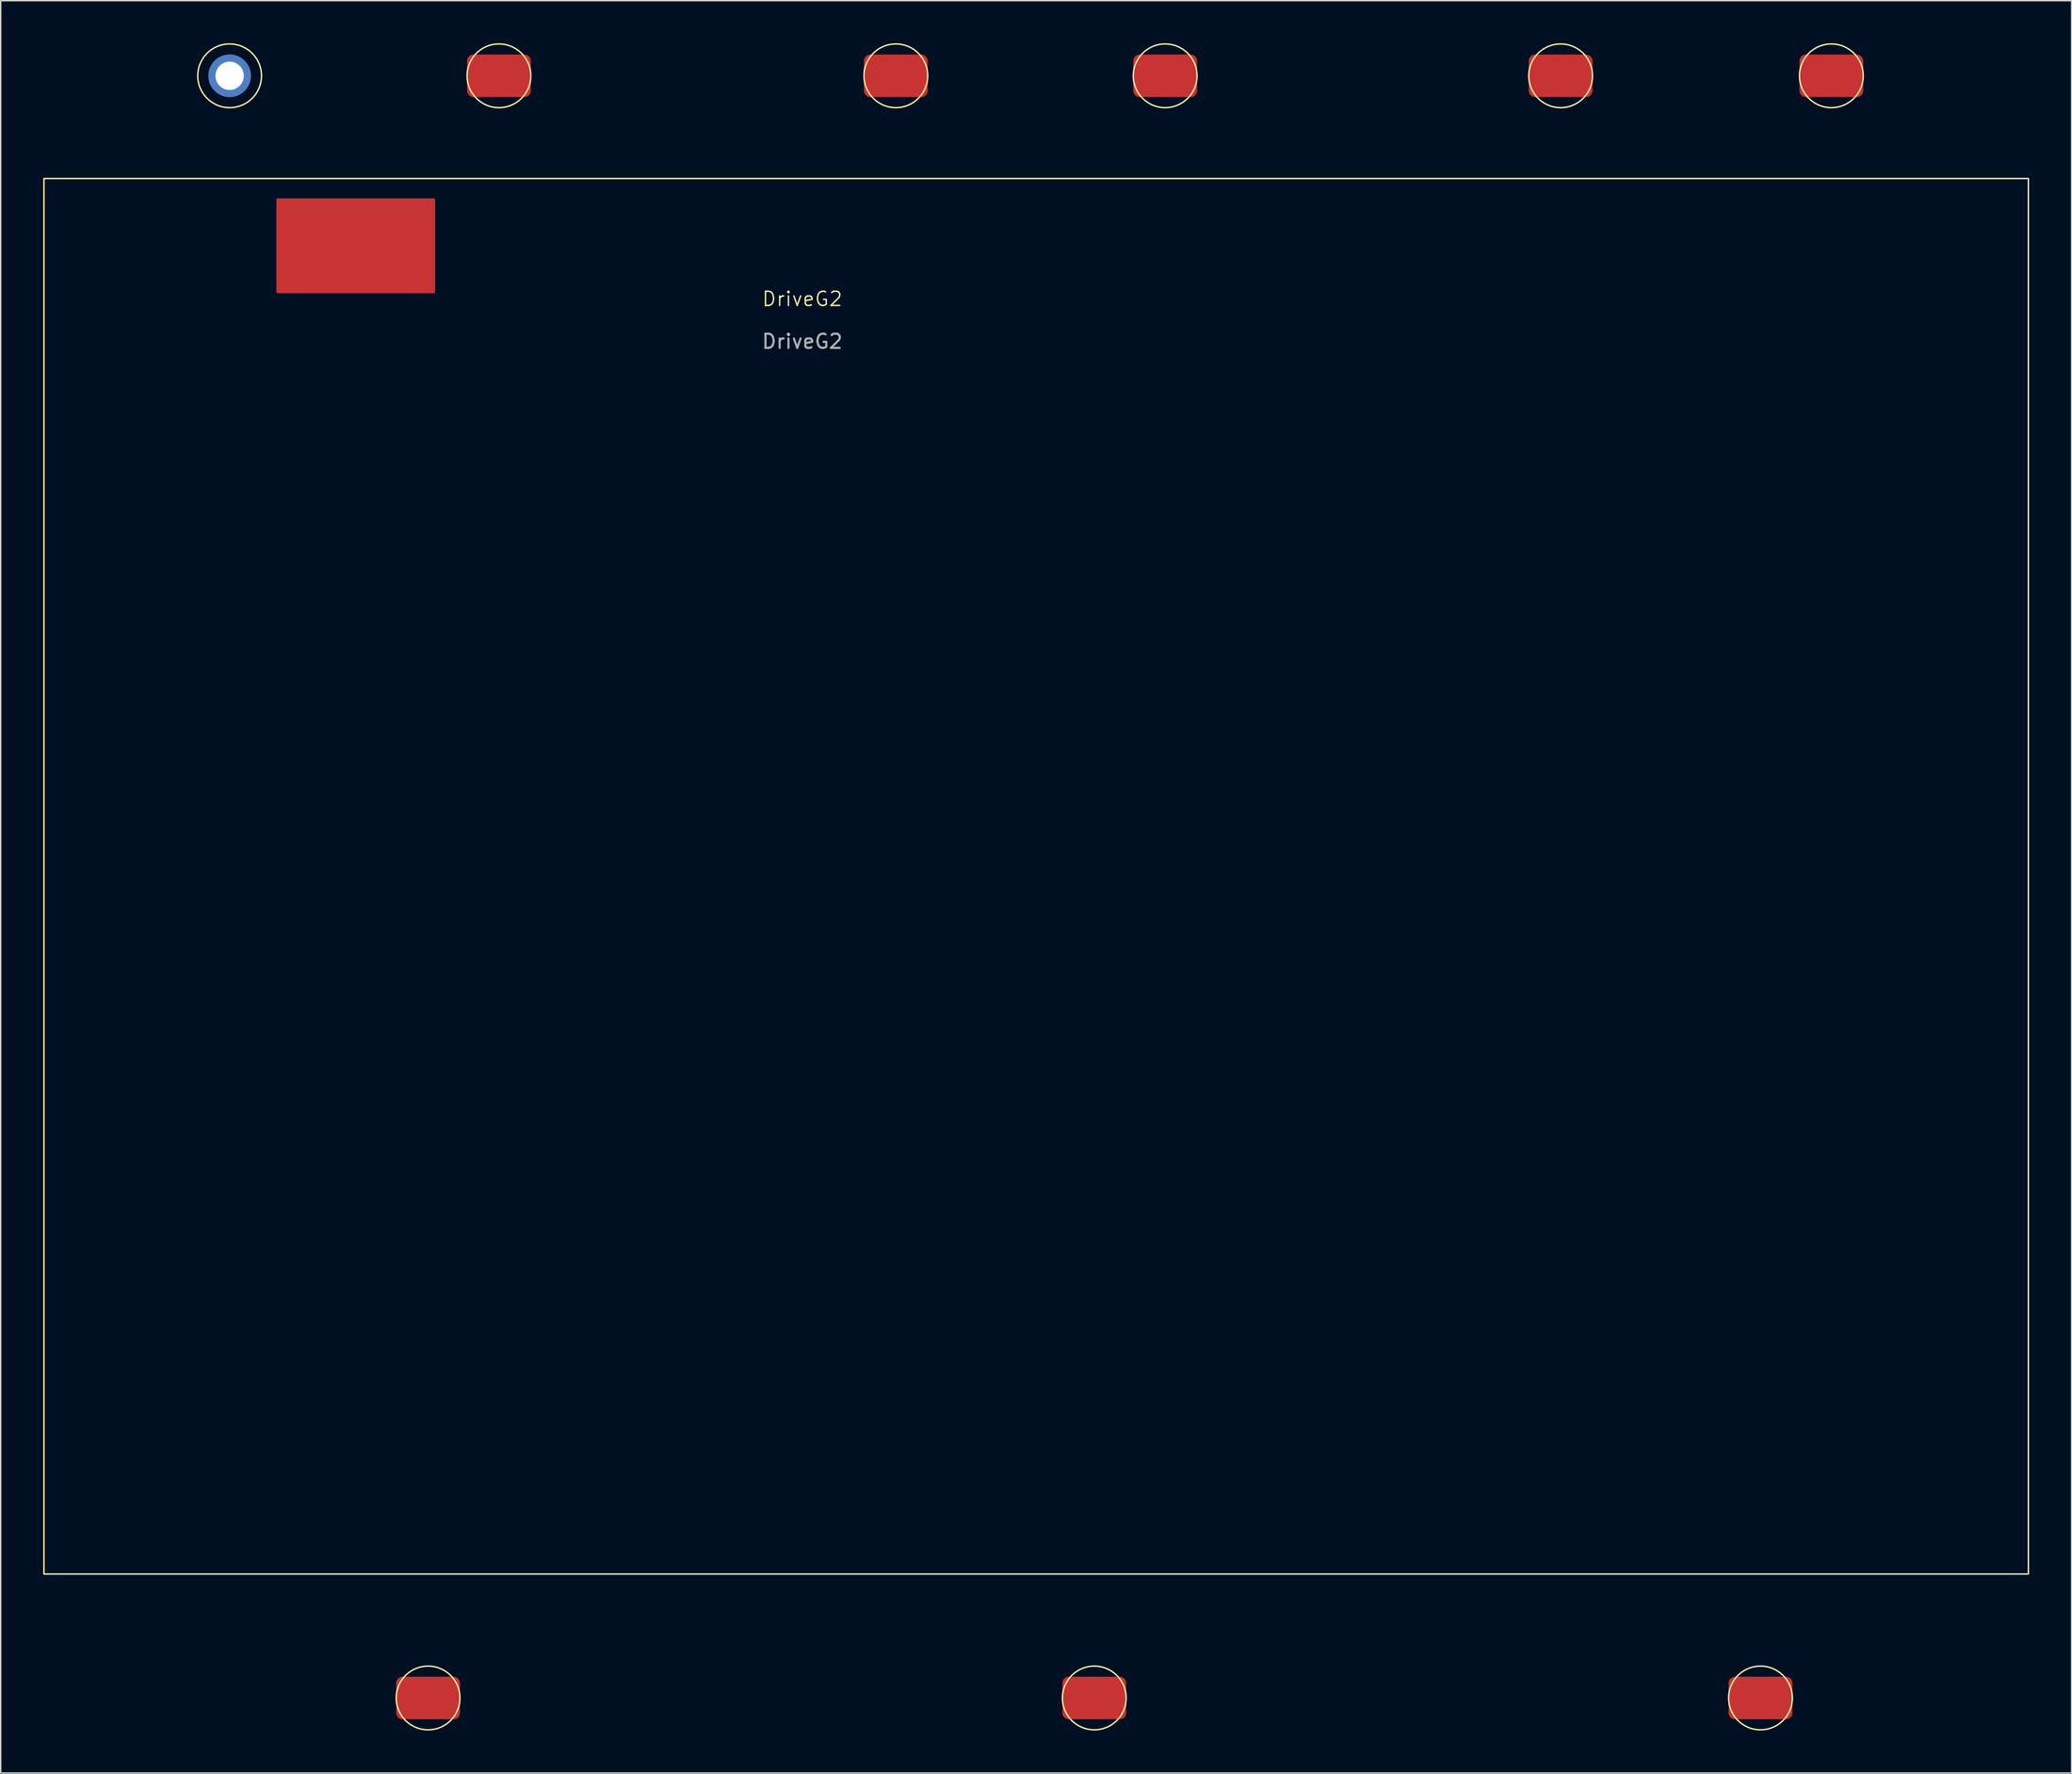
<source format=kicad_pcb>
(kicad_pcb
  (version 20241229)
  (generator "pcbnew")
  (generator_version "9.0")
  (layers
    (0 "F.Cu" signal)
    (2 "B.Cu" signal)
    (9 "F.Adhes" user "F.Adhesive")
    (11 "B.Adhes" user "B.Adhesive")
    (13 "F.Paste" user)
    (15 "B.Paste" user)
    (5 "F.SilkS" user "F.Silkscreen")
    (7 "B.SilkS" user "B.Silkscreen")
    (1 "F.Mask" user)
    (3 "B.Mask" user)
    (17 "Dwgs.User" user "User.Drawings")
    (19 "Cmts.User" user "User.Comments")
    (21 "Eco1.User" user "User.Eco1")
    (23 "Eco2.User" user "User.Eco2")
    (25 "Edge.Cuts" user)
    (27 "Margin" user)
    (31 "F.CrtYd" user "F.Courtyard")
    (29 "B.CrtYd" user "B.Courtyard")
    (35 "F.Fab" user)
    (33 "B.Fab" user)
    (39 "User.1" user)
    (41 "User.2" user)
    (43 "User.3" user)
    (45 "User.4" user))
  (footprint "DriveG2"
    (layer "F.Cu")
    (at 53.55 18.55)
    (property "Reference" "DriveG2" (at 0 -0.5 0) (unlocked yes) (layer "F.SilkS") (effects (font (size 1 1) (thickness 0.1))))
    (attr smd)
    (fp_rect (start -37 -7.5) (end -26 -1) (stroke (width 0.2) (type solid)) (fill yes) (layer "F.Cu"))
    (fp_rect (start -53.5 -9) (end 86.5 89.5) (stroke (width 0.1) (type default)) (fill no) (layer "F.SilkS"))
    (fp_circle (center -40.4 -16.25) (end -38.15 -16.25) (stroke (width 0.1) (type solid)) (fill no) (layer "F.SilkS"))
    (fp_circle (center -26.4 98.25) (end -24.15 98.25) (stroke (width 0.1) (type solid)) (fill no) (layer "F.SilkS"))
    (fp_circle (center -21.4 -16.25) (end -19.15 -16.25) (stroke (width 0.1) (type solid)) (fill no) (layer "F.SilkS"))
    (fp_circle (center 6.6 -16.25) (end 8.85 -16.25) (stroke (width 0.1) (type solid)) (fill no) (layer "F.SilkS"))
    (fp_circle (center 20.6 98.25) (end 22.85 98.25) (stroke (width 0.1) (type solid)) (fill no) (layer "F.SilkS"))
    (fp_circle (center 25.6 -16.25) (end 27.85 -16.25) (stroke (width 0.1) (type solid)) (fill no) (layer "F.SilkS"))
    (fp_circle (center 53.5 -16.25) (end 55.75 -16.25) (stroke (width 0.1) (type solid)) (fill no) (layer "F.SilkS"))
    (fp_circle (center 67.6 98.25) (end 69.85 98.25) (stroke (width 0.1) (type solid)) (fill no) (layer "F.SilkS"))
    (fp_circle (center 72.6 -16.25) (end 74.85 -16.25) (stroke (width 0.1) (type solid)) (fill no) (layer "F.SilkS"))
    (fp_text user "${REFERENCE}" (at 0 2.5 0) (unlocked yes) (layer "F.Fab") (effects (font (size 1 1) (thickness 0.15))))
    (pad "1" thru_hole circle (at -40.4 -16.25) (size 3 3) (drill 2) (layers "*.Cu" "*.Mask"))
    (pad "2" smd roundrect (at -21.4 -16.25) (size 4.5 3) (layers "F.Cu" "F.Mask" "F.Paste") (roundrect_rratio 0.15))
    (pad "3" smd roundrect (at 6.6 -16.25) (size 4.5 3) (layers "F.Cu" "F.Mask" "F.Paste") (roundrect_rratio 0.15))
    (pad "4" smd roundrect (at 25.6 -16.25) (size 4.5 3) (layers "F.Cu" "F.Mask" "F.Paste") (roundrect_rratio 0.15))
    (pad "5" smd roundrect (at 53.5 -16.25) (size 4.5 3) (layers "F.Cu" "F.Mask" "F.Paste") (roundrect_rratio 0.15))
    (pad "6" smd roundrect (at 72.6 -16.25) (size 4.5 3) (layers "F.Cu" "F.Mask" "F.Paste") (roundrect_rratio 0.15))
    (pad "7" smd roundrect (at -26.4 98.25) (size 4.5 3) (layers "F.Cu" "F.Mask" "F.Paste") (roundrect_rratio 0.15))
    (pad "8" smd roundrect (at 20.6 98.25) (size 4.5 3) (layers "F.Cu" "F.Mask" "F.Paste") (roundrect_rratio 0.15))
    (pad "9" smd roundrect (at 67.6 98.25) (size 4.5 3) (layers "F.Cu" "F.Mask" "F.Paste") (roundrect_rratio 0.15)))
  (gr_rect
    (start -3 -3)
    (end 143.1 122.1)
    (stroke (width 0.1) (type default))
    (fill no)
    (layer "Edge.Cuts")))
</source>
